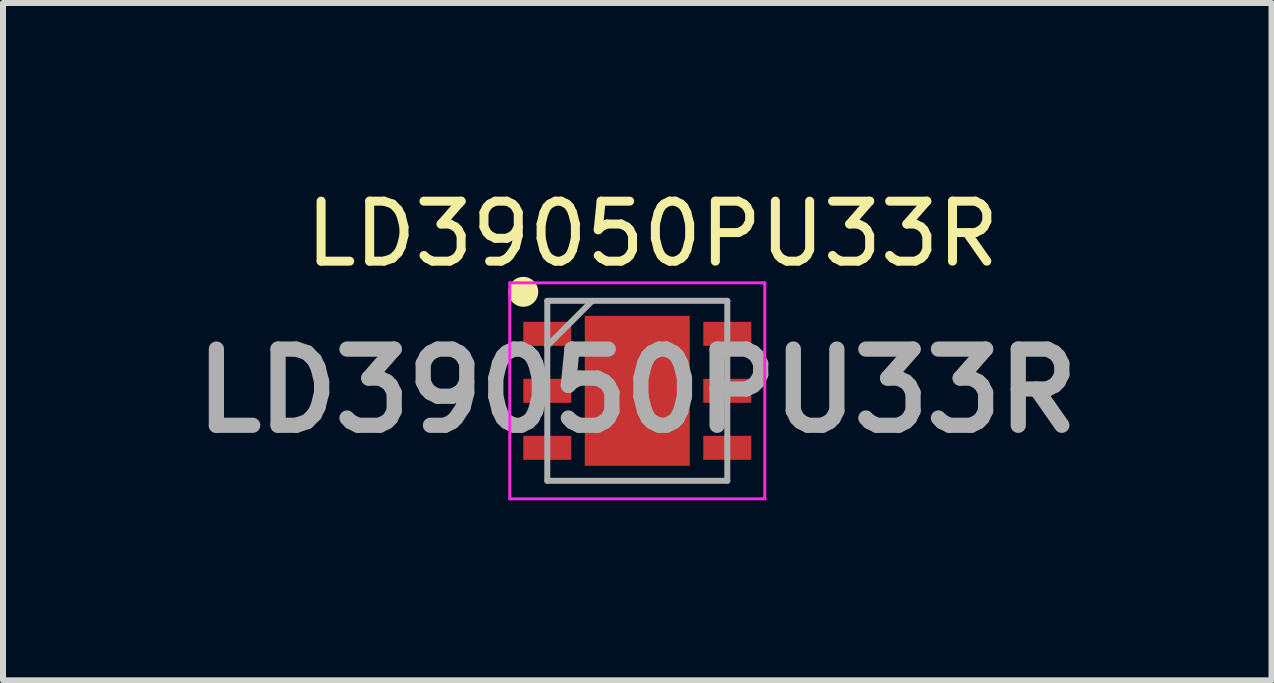
<source format=kicad_pcb>
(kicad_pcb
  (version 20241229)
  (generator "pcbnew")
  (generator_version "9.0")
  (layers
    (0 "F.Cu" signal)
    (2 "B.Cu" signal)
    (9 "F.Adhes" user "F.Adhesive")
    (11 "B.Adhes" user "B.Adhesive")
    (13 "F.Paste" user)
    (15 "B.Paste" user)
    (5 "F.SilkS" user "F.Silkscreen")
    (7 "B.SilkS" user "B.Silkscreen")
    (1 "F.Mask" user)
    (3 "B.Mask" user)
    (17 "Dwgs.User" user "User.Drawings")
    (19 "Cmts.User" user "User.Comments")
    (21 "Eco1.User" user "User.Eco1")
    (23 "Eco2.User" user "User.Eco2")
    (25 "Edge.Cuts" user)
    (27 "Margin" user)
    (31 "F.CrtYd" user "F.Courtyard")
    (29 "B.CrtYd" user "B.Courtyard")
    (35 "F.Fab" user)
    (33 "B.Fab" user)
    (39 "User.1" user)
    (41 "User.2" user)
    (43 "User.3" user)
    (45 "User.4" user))
  (footprint "LD39050PU33R"
    (layer "F.Cu")
    (at 7.572 3.464)
    (property "Reference" "LD39050PU33R" (at 0.254 -2.616 0) (layer "F.SilkS") (effects (font (size 1 1) (thickness 0.15))))
    (attr smd)
    (fp_circle (center -1.9 -1.65) (end -1.9 -1.525) (stroke (width 0.25) (type solid)) (fill no) (layer "F.SilkS"))
    (fp_line (start -2.125 -1.8) (end 2.125 -1.8) (stroke (width 0.05) (type solid)) (layer "F.CrtYd"))
    (fp_line (start -2.125 1.8) (end -2.125 -1.8) (stroke (width 0.05) (type solid)) (layer "F.CrtYd"))
    (fp_line (start 2.125 -1.8) (end 2.125 1.8) (stroke (width 0.05) (type solid)) (layer "F.CrtYd"))
    (fp_line (start 2.125 1.8) (end -2.125 1.8) (stroke (width 0.05) (type solid)) (layer "F.CrtYd"))
    (fp_line (start -1.5 -1.5) (end 1.5 -1.5) (stroke (width 0.1) (type solid)) (layer "F.Fab"))
    (fp_line (start -1.5 -0.75) (end -0.75 -1.5) (stroke (width 0.1) (type solid)) (layer "F.Fab"))
    (fp_line (start -1.5 1.5) (end -1.5 -1.5) (stroke (width 0.1) (type solid)) (layer "F.Fab"))
    (fp_line (start 1.5 -1.5) (end 1.5 1.5) (stroke (width 0.1) (type solid)) (layer "F.Fab"))
    (fp_line (start 1.5 1.5) (end -1.5 1.5) (stroke (width 0.1) (type solid)) (layer "F.Fab"))
    (fp_text user "${REFERENCE}" (at 0 0 0) (layer "F.Fab") (effects (font (size 1.27 1.27) (thickness 0.254))))
    (pad "1" smd rect (at -1.5 -0.95 90) (size 0.4 0.8) (layers "F.Cu" "F.Mask" "F.Paste"))
    (pad "2" smd rect (at -1.5 0 90) (size 0.4 0.8) (layers "F.Cu" "F.Mask" "F.Paste"))
    (pad "3" smd rect (at -1.5 0.95 90) (size 0.4 0.8) (layers "F.Cu" "F.Mask" "F.Paste"))
    (pad "4" smd rect (at 1.5 0.95 90) (size 0.4 0.8) (layers "F.Cu" "F.Mask" "F.Paste"))
    (pad "5" smd rect (at 1.5 0 90) (size 0.4 0.8) (layers "F.Cu" "F.Mask" "F.Paste"))
    (pad "6" smd rect (at 1.5 -0.95 90) (size 0.4 0.8) (layers "F.Cu" "F.Mask" "F.Paste"))
    (pad "7" smd rect (at 0 0) (size 1.75 2.5) (layers "F.Cu" "F.Mask" "F.Paste")))
  (gr_rect
    (start -3 -3)
    (end 18.143 8.289)
    (stroke (width 0.1) (type default))
    (fill no)
    (layer "Edge.Cuts")))
</source>
